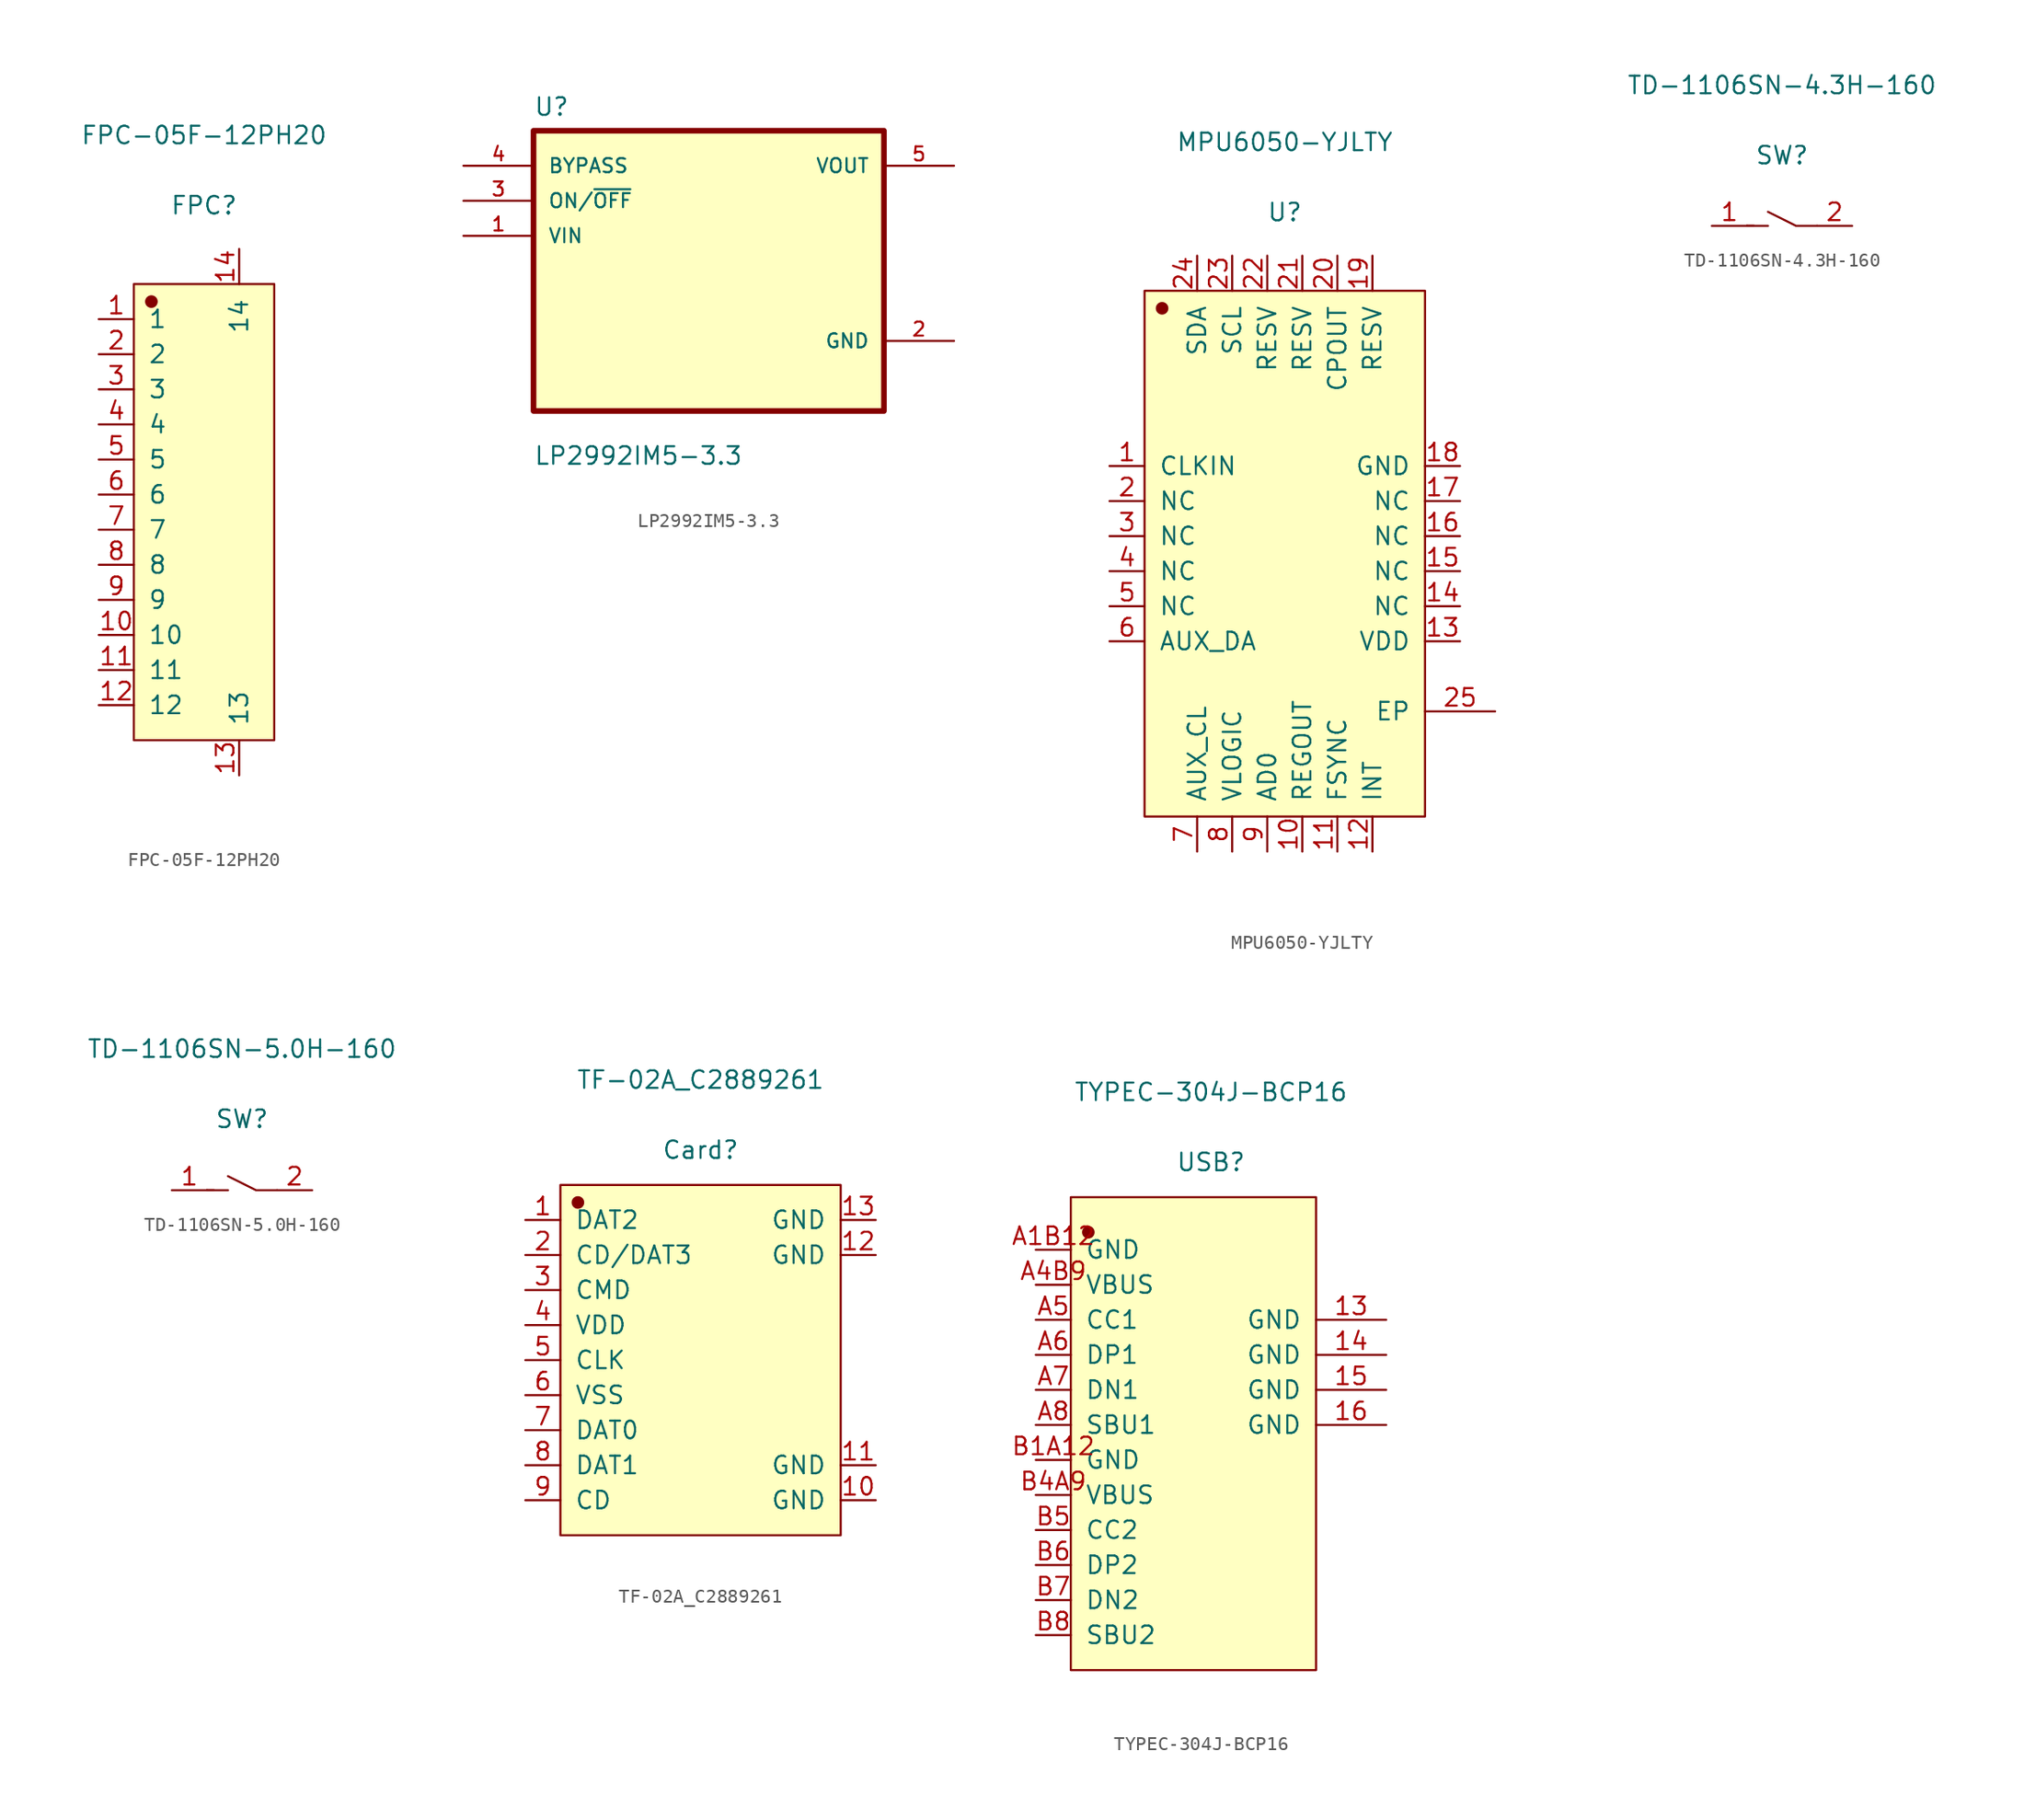
<source format=kicad_sym>
(kicad_symbol_lib
  (version 20211014)
  (generator kicad_symbol_editor)
  (symbol "FPC-05F-12PH20"
    (pin_names
      (offset 1.016))
    (property "Reference" "FPC"
      (at 0 20.93 0)
      (effects (font (size 1.27 1.27))))
    (property "Value" "FPC-05F-12PH20"
      (at 0 26.01 0)
      (effects (font (size 1.27 1.27))))
    (symbol "FPC-05F-12PH20_1_1"
      (rectangle (start -5.08 15.24) (end 5.08 -17.78) (stroke (width 0.152) (type default) (color 0 0 0 0)) (fill (type background)))
      (circle (center -3.81 13.97) (radius 0.381) (stroke (width 0.152) (type default) (color 0 0 0 0)) (fill (type outline)))
      (pin input line (at -7.62 12.7 0) (length 2.54) (name "1" (effects (font (size 1.27 1.27)))) (number "1" (effects (font (size 1.27 1.27)))))
      (pin input line (at -7.62 -10.16 0) (length 2.54) (name "10" (effects (font (size 1.27 1.27)))) (number "10" (effects (font (size 1.27 1.27)))))
      (pin input line (at -7.62 -12.7 0) (length 2.54) (name "11" (effects (font (size 1.27 1.27)))) (number "11" (effects (font (size 1.27 1.27)))))
      (pin input line (at -7.62 -15.24 0) (length 2.54) (name "12" (effects (font (size 1.27 1.27)))) (number "12" (effects (font (size 1.27 1.27)))))
      (pin input line (at 2.54 -20.32 90) (length 2.54) (name "13" (effects (font (size 1.27 1.27)))) (number "13" (effects (font (size 1.27 1.27)))))
      (pin input line (at 2.54 17.78 270) (length 2.54) (name "14" (effects (font (size 1.27 1.27)))) (number "14" (effects (font (size 1.27 1.27)))))
      (pin input line (at -7.62 10.16 0) (length 2.54) (name "2" (effects (font (size 1.27 1.27)))) (number "2" (effects (font (size 1.27 1.27)))))
      (pin input line (at -7.62 7.62 0) (length 2.54) (name "3" (effects (font (size 1.27 1.27)))) (number "3" (effects (font (size 1.27 1.27)))))
      (pin input line (at -7.62 5.08 0) (length 2.54) (name "4" (effects (font (size 1.27 1.27)))) (number "4" (effects (font (size 1.27 1.27)))))
      (pin input line (at -7.62 2.54 0) (length 2.54) (name "5" (effects (font (size 1.27 1.27)))) (number "5" (effects (font (size 1.27 1.27)))))
      (pin input line (at -7.62 0 0) (length 2.54) (name "6" (effects (font (size 1.27 1.27)))) (number "6" (effects (font (size 1.27 1.27)))))
      (pin input line (at -7.62 -2.54 0) (length 2.54) (name "7" (effects (font (size 1.27 1.27)))) (number "7" (effects (font (size 1.27 1.27)))))
      (pin input line (at -7.62 -5.08 0) (length 2.54) (name "8" (effects (font (size 1.27 1.27)))) (number "8" (effects (font (size 1.27 1.27)))))
      (pin input line (at -7.62 -7.62 0) (length 2.54) (name "9" (effects (font (size 1.27 1.27)))) (number "9" (effects (font (size 1.27 1.27)))))))
  (symbol "LP2992IM5-3.3"
    (pin_names
      (offset 1.016))
    (property "Reference" "U"
      (at -12.7 11.151 0)
      (effects (font (size 1.27 1.27)) (justify left bottom)))
    (property "Value" "LP2992IM5-3.3"
      (at -12.7 -14.148 0)
      (effects (font (size 1.27 1.27)) (justify left bottom)))
    (property "ki_locked" ""
      (at 0 0 0)
      (effects (font (size 1.27 1.27))))
    (symbol "LP2992IM5-3.3_0_0"
      (rectangle (start -12.7 -10.16) (end 12.7 10.16) (stroke (width 0.406) (type default) (color 0 0 0 0)) (fill (type background)))
      (pin input line (at -17.78 2.54 0) (length 5.08) (name "VIN" (effects (font (size 1.016 1.016)))) (number "1" (effects (font (size 1.016 1.016)))))
      (pin power_in line (at 17.78 -5.08 180) (length 5.08) (name "GND" (effects (font (size 1.016 1.016)))) (number "2" (effects (font (size 1.016 1.016)))))
      (pin input line (at -17.78 5.08 0) (length 5.08) (name "ON/~{OFF}" (effects (font (size 1.016 1.016)))) (number "3" (effects (font (size 1.016 1.016)))))
      (pin input line (at -17.78 7.62 0) (length 5.08) (name "BYPASS" (effects (font (size 1.016 1.016)))) (number "4" (effects (font (size 1.016 1.016)))))
      (pin output line (at 17.78 7.62 180) (length 5.08) (name "VOUT" (effects (font (size 1.016 1.016)))) (number "5" (effects (font (size 1.016 1.016)))))))
  (symbol "MPU6050-YJLTY"
    (pin_names
      (offset 1.016))
    (property "Reference" "U"
      (at 0 24.74 0)
      (effects (font (size 1.27 1.27))))
    (property "Value" "MPU6050-YJLTY"
      (at 0 29.82 0)
      (effects (font (size 1.27 1.27))))
    (symbol "MPU6050-YJLTY_1_1"
      (rectangle (start -10.16 19.05) (end 10.16 -19.05) (stroke (width 0.152) (type default) (color 0 0 0 0)) (fill (type background)))
      (circle (center -8.89 17.78) (radius 0.381) (stroke (width 0.152) (type default) (color 0 0 0 0)) (fill (type outline)))
      (pin input line (at -12.7 6.35 0) (length 2.54) (name "CLKIN" (effects (font (size 1.27 1.27)))) (number "1" (effects (font (size 1.27 1.27)))))
      (pin input line (at 1.27 -21.59 90) (length 2.54) (name "REGOUT" (effects (font (size 1.27 1.27)))) (number "10" (effects (font (size 1.27 1.27)))))
      (pin input line (at 3.81 -21.59 90) (length 2.54) (name "FSYNC" (effects (font (size 1.27 1.27)))) (number "11" (effects (font (size 1.27 1.27)))))
      (pin input line (at 6.35 -21.59 90) (length 2.54) (name "INT" (effects (font (size 1.27 1.27)))) (number "12" (effects (font (size 1.27 1.27)))))
      (pin input line (at 12.7 -6.35 180) (length 2.54) (name "VDD" (effects (font (size 1.27 1.27)))) (number "13" (effects (font (size 1.27 1.27)))))
      (pin input line (at 12.7 -3.81 180) (length 2.54) (name "NC" (effects (font (size 1.27 1.27)))) (number "14" (effects (font (size 1.27 1.27)))))
      (pin input line (at 12.7 -1.27 180) (length 2.54) (name "NC" (effects (font (size 1.27 1.27)))) (number "15" (effects (font (size 1.27 1.27)))))
      (pin input line (at 12.7 1.27 180) (length 2.54) (name "NC" (effects (font (size 1.27 1.27)))) (number "16" (effects (font (size 1.27 1.27)))))
      (pin input line (at 12.7 3.81 180) (length 2.54) (name "NC" (effects (font (size 1.27 1.27)))) (number "17" (effects (font (size 1.27 1.27)))))
      (pin input line (at 12.7 6.35 180) (length 2.54) (name "GND" (effects (font (size 1.27 1.27)))) (number "18" (effects (font (size 1.27 1.27)))))
      (pin input line (at 6.35 21.59 270) (length 2.54) (name "RESV" (effects (font (size 1.27 1.27)))) (number "19" (effects (font (size 1.27 1.27)))))
      (pin input line (at -12.7 3.81 0) (length 2.54) (name "NC" (effects (font (size 1.27 1.27)))) (number "2" (effects (font (size 1.27 1.27)))))
      (pin input line (at 3.81 21.59 270) (length 2.54) (name "CPOUT" (effects (font (size 1.27 1.27)))) (number "20" (effects (font (size 1.27 1.27)))))
      (pin input line (at 1.27 21.59 270) (length 2.54) (name "RESV" (effects (font (size 1.27 1.27)))) (number "21" (effects (font (size 1.27 1.27)))))
      (pin input line (at -1.27 21.59 270) (length 2.54) (name "RESV" (effects (font (size 1.27 1.27)))) (number "22" (effects (font (size 1.27 1.27)))))
      (pin input line (at -3.81 21.59 270) (length 2.54) (name "SCL" (effects (font (size 1.27 1.27)))) (number "23" (effects (font (size 1.27 1.27)))))
      (pin input line (at -6.35 21.59 270) (length 2.54) (name "SDA" (effects (font (size 1.27 1.27)))) (number "24" (effects (font (size 1.27 1.27)))))
      (pin input line (at 15.24 -11.43 180) (length 5.08) (name "EP" (effects (font (size 1.27 1.27)))) (number "25" (effects (font (size 1.27 1.27)))))
      (pin input line (at -12.7 1.27 0) (length 2.54) (name "NC" (effects (font (size 1.27 1.27)))) (number "3" (effects (font (size 1.27 1.27)))))
      (pin input line (at -12.7 -1.27 0) (length 2.54) (name "NC" (effects (font (size 1.27 1.27)))) (number "4" (effects (font (size 1.27 1.27)))))
      (pin input line (at -12.7 -3.81 0) (length 2.54) (name "NC" (effects (font (size 1.27 1.27)))) (number "5" (effects (font (size 1.27 1.27)))))
      (pin input line (at -12.7 -6.35 0) (length 2.54) (name "AUX_DA" (effects (font (size 1.27 1.27)))) (number "6" (effects (font (size 1.27 1.27)))))
      (pin input line (at -6.35 -21.59 90) (length 2.54) (name "AUX_CL" (effects (font (size 1.27 1.27)))) (number "7" (effects (font (size 1.27 1.27)))))
      (pin input line (at -3.81 -21.59 90) (length 2.54) (name "VLOGIC" (effects (font (size 1.27 1.27)))) (number "8" (effects (font (size 1.27 1.27)))))
      (pin input line (at -1.27 -21.59 90) (length 2.54) (name "AD0" (effects (font (size 1.27 1.27)))) (number "9" (effects (font (size 1.27 1.27)))))))
  (symbol "TD-1106SN-4.3H-160"
    (pin_names
      (offset 1.016) hide)
    (property "Reference" "SW"
      (at 0 5.105 0)
      (effects (font (size 1.27 1.27))))
    (property "Value" "TD-1106SN-4.3H-160"
      (at 0 10.185 0)
      (effects (font (size 1.27 1.27))))
    (symbol "TD-1106SN-4.3H-160_1_1"
      (polyline (pts (xy -2.54 0) (xy -1.016 0)) (stroke (width 0.152) (type default) (color 0 0 0 0)) (fill (type none)))
      (polyline (pts (xy -2.032 0) (xy -2.54 0)) (stroke (width 0.152) (type default) (color 0 0 0 0)) (fill (type none)))
      (polyline (pts (xy 2.54 0) (xy 1.016 0) (xy -1.016 1.016)) (stroke (width 0.152) (type default) (color 0 0 0 0)) (fill (type none)))
      (pin input line (at -5.08 0 0) (length 2.54) (name "1" (effects (font (size 1.27 1.27)))) (number "1" (effects (font (size 1.27 1.27)))))
      (pin input line (at 5.08 0 180) (length 2.54) (name "2" (effects (font (size 1.27 1.27)))) (number "2" (effects (font (size 1.27 1.27)))))))
  (symbol "TD-1106SN-5.0H-160"
    (pin_names
      (offset 1.016) hide)
    (property "Reference" "SW"
      (at 0 5.156 0)
      (effects (font (size 1.27 1.27))))
    (property "Value" "TD-1106SN-5.0H-160"
      (at 0 10.236 0)
      (effects (font (size 1.27 1.27))))
    (symbol "TD-1106SN-5.0H-160_1_1"
      (polyline (pts (xy -2.54 0) (xy -1.016 0)) (stroke (width 0.152) (type default) (color 0 0 0 0)) (fill (type none)))
      (polyline (pts (xy -2.032 0) (xy -2.54 0)) (stroke (width 0.152) (type default) (color 0 0 0 0)) (fill (type none)))
      (polyline (pts (xy 2.54 0) (xy 1.016 0) (xy -1.016 1.016)) (stroke (width 0.152) (type default) (color 0 0 0 0)) (fill (type none)))
      (pin input line (at -5.08 0 0) (length 2.54) (name "1" (effects (font (size 1.27 1.27)))) (number "1" (effects (font (size 1.27 1.27)))))
      (pin input line (at 5.08 0 180) (length 2.54) (name "2" (effects (font (size 1.27 1.27)))) (number "2" (effects (font (size 1.27 1.27)))))))
  (symbol "TF-02A_C2889261"
    (pin_names
      (offset 1.016))
    (property "Reference" "Card"
      (at 0 15.24 0)
      (effects (font (size 1.27 1.27))))
    (property "Value" "TF-02A_C2889261"
      (at 0 20.32 0)
      (effects (font (size 1.27 1.27))))
    (symbol "TF-02A_C2889261_1_1"
      (rectangle (start -10.16 12.7) (end 10.16 -12.7) (stroke (width 0.152) (type default) (color 0 0 0 0)) (fill (type background)))
      (circle (center -8.89 11.43) (radius 0.381) (stroke (width 0.152) (type default) (color 0 0 0 0)) (fill (type outline)))
      (pin input line (at -12.7 10.16 0) (length 2.54) (name "DAT2" (effects (font (size 1.27 1.27)))) (number "1" (effects (font (size 1.27 1.27)))))
      (pin input line (at 12.7 -10.16 180) (length 2.54) (name "GND" (effects (font (size 1.27 1.27)))) (number "10" (effects (font (size 1.27 1.27)))))
      (pin input line (at 12.7 -7.62 180) (length 2.54) (name "GND" (effects (font (size 1.27 1.27)))) (number "11" (effects (font (size 1.27 1.27)))))
      (pin input line (at 12.7 7.62 180) (length 2.54) (name "GND" (effects (font (size 1.27 1.27)))) (number "12" (effects (font (size 1.27 1.27)))))
      (pin input line (at 12.7 10.16 180) (length 2.54) (name "GND" (effects (font (size 1.27 1.27)))) (number "13" (effects (font (size 1.27 1.27)))))
      (pin input line (at -12.7 7.62 0) (length 2.54) (name "CD/DAT3" (effects (font (size 1.27 1.27)))) (number "2" (effects (font (size 1.27 1.27)))))
      (pin input line (at -12.7 5.08 0) (length 2.54) (name "CMD" (effects (font (size 1.27 1.27)))) (number "3" (effects (font (size 1.27 1.27)))))
      (pin input line (at -12.7 2.54 0) (length 2.54) (name "VDD" (effects (font (size 1.27 1.27)))) (number "4" (effects (font (size 1.27 1.27)))))
      (pin input line (at -12.7 0 0) (length 2.54) (name "CLK" (effects (font (size 1.27 1.27)))) (number "5" (effects (font (size 1.27 1.27)))))
      (pin input line (at -12.7 -2.54 0) (length 2.54) (name "VSS" (effects (font (size 1.27 1.27)))) (number "6" (effects (font (size 1.27 1.27)))))
      (pin input line (at -12.7 -5.08 0) (length 2.54) (name "DAT0" (effects (font (size 1.27 1.27)))) (number "7" (effects (font (size 1.27 1.27)))))
      (pin input line (at -12.7 -7.62 0) (length 2.54) (name "DAT1" (effects (font (size 1.27 1.27)))) (number "8" (effects (font (size 1.27 1.27)))))
      (pin input line (at -12.7 -10.16 0) (length 2.54) (name "CD" (effects (font (size 1.27 1.27)))) (number "9" (effects (font (size 1.27 1.27)))))))
  (symbol "TYPEC-304J-BCP16"
    (pin_names
      (offset 1.016))
    (property "Reference" "USB"
      (at 0 19.05 0)
      (effects (font (size 1.27 1.27))))
    (property "Value" "TYPEC-304J-BCP16"
      (at 0 24.13 0)
      (effects (font (size 1.27 1.27))))
    (symbol "TYPEC-304J-BCP16_1_1"
      (rectangle (start -10.16 16.51) (end 7.62 -17.78) (stroke (width 0.152) (type default) (color 0 0 0 0)) (fill (type background)))
      (circle (center -8.89 13.97) (radius 0.381) (stroke (width 0.152) (type default) (color 0 0 0 0)) (fill (type outline)))
      (pin input line (at 12.7 7.62 180) (length 5.08) (name "GND" (effects (font (size 1.27 1.27)))) (number "13" (effects (font (size 1.27 1.27)))))
      (pin input line (at 12.7 5.08 180) (length 5.08) (name "GND" (effects (font (size 1.27 1.27)))) (number "14" (effects (font (size 1.27 1.27)))))
      (pin input line (at 12.7 2.54 180) (length 5.08) (name "GND" (effects (font (size 1.27 1.27)))) (number "15" (effects (font (size 1.27 1.27)))))
      (pin input line (at 12.7 0 180) (length 5.08) (name "GND" (effects (font (size 1.27 1.27)))) (number "16" (effects (font (size 1.27 1.27)))))
      (pin input line (at -12.7 12.7 0) (length 2.54) (name "GND" (effects (font (size 1.27 1.27)))) (number "A1B12" (effects (font (size 1.27 1.27)))))
      (pin input line (at -12.7 10.16 0) (length 2.54) (name "VBUS" (effects (font (size 1.27 1.27)))) (number "A4B9" (effects (font (size 1.27 1.27)))))
      (pin input line (at -12.7 7.62 0) (length 2.54) (name "CC1" (effects (font (size 1.27 1.27)))) (number "A5" (effects (font (size 1.27 1.27)))))
      (pin input line (at -12.7 5.08 0) (length 2.54) (name "DP1" (effects (font (size 1.27 1.27)))) (number "A6" (effects (font (size 1.27 1.27)))))
      (pin input line (at -12.7 2.54 0) (length 2.54) (name "DN1" (effects (font (size 1.27 1.27)))) (number "A7" (effects (font (size 1.27 1.27)))))
      (pin input line (at -12.7 0 0) (length 2.54) (name "SBU1" (effects (font (size 1.27 1.27)))) (number "A8" (effects (font (size 1.27 1.27)))))
      (pin input line (at -12.7 -2.54 0) (length 2.54) (name "GND" (effects (font (size 1.27 1.27)))) (number "B1A12" (effects (font (size 1.27 1.27)))))
      (pin input line (at -12.7 -5.08 0) (length 2.54) (name "VBUS" (effects (font (size 1.27 1.27)))) (number "B4A9" (effects (font (size 1.27 1.27)))))
      (pin input line (at -12.7 -7.62 0) (length 2.54) (name "CC2" (effects (font (size 1.27 1.27)))) (number "B5" (effects (font (size 1.27 1.27)))))
      (pin input line (at -12.7 -10.16 0) (length 2.54) (name "DP2" (effects (font (size 1.27 1.27)))) (number "B6" (effects (font (size 1.27 1.27)))))
      (pin input line (at -12.7 -12.7 0) (length 2.54) (name "DN2" (effects (font (size 1.27 1.27)))) (number "B7" (effects (font (size 1.27 1.27)))))
      (pin input line (at -12.7 -15.24 0) (length 2.54) (name "SBU2" (effects (font (size 1.27 1.27)))) (number "B8" (effects (font (size 1.27 1.27))))))))
</source>
